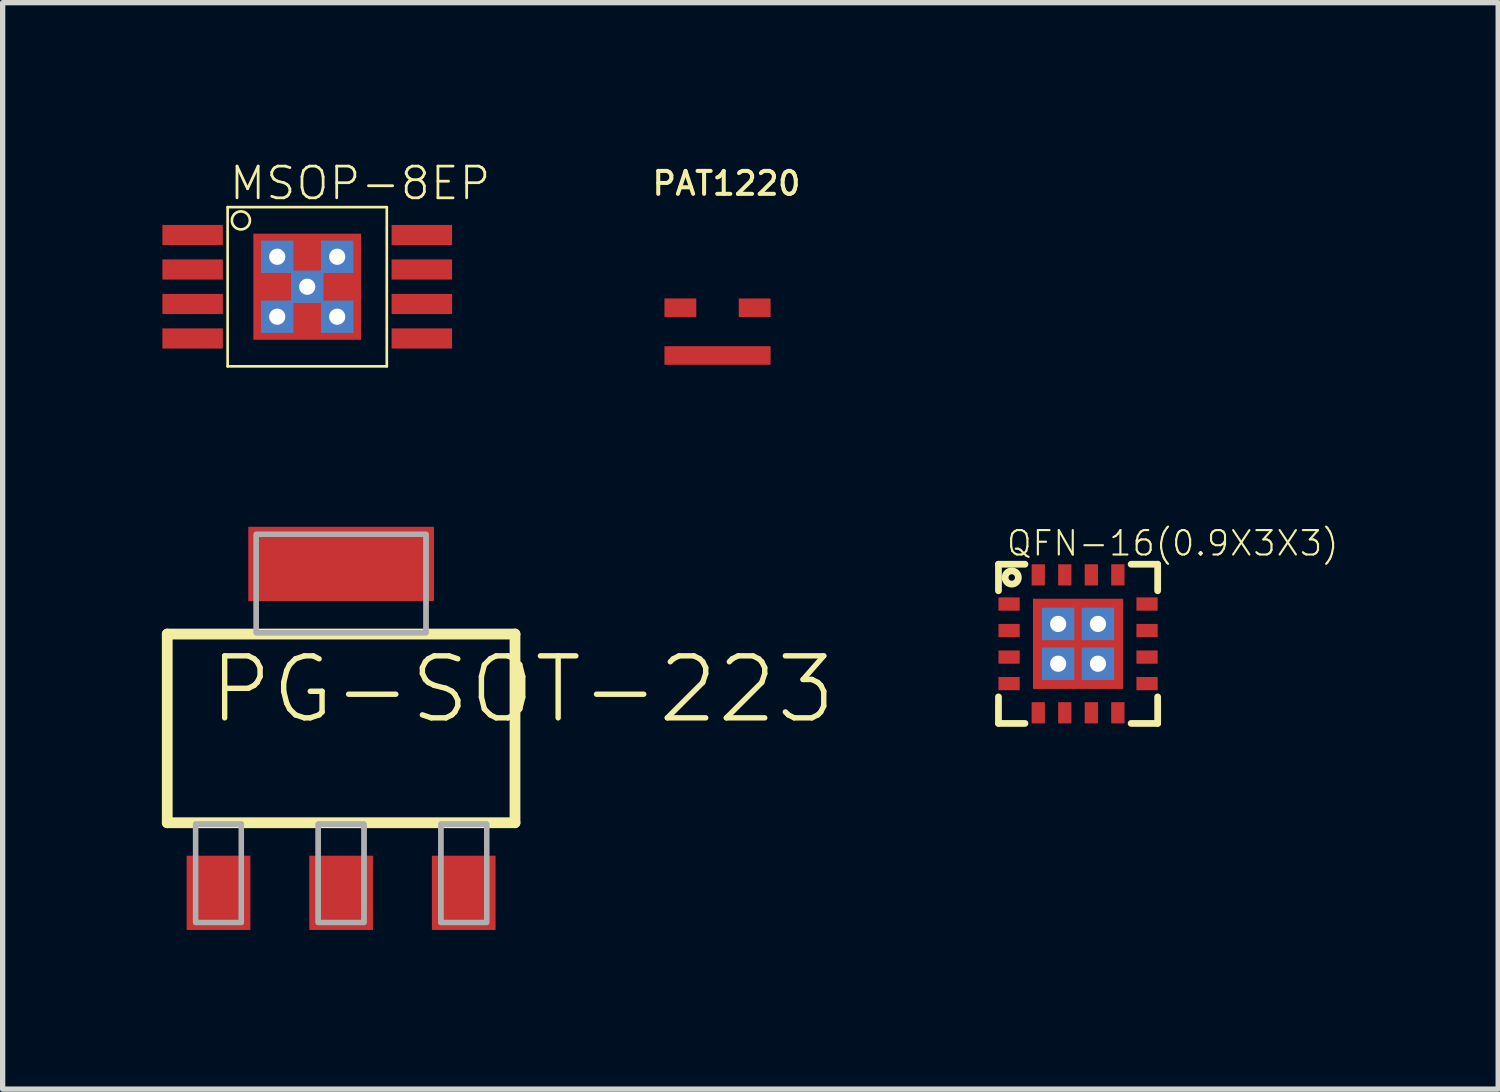
<source format=kicad_pcb>
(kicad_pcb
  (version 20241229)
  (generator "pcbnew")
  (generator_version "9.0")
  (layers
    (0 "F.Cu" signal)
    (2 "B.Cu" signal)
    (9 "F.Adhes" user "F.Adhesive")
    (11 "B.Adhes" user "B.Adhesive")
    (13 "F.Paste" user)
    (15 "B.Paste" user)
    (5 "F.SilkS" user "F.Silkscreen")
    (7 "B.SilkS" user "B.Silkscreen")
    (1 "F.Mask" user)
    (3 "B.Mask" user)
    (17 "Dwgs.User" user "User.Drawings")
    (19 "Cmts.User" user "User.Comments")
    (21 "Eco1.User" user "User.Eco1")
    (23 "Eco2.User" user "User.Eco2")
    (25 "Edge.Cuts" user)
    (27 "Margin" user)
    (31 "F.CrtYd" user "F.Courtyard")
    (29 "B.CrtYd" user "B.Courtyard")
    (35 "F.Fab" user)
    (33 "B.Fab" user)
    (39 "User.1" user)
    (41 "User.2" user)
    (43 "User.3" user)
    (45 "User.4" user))
  (footprint "PAT1220"
    (layer "F.Cu")
    (at 10.473 3.2)
    (property "Reference" "PAT1220" (at -1.27 -2.54 0) (layer "F.SilkS") (effects (font (size 0.432 0.432) (thickness 0.076)) (justify left bottom)))
    (pad "1" smd rect (at -0.7 -0.45) (size 0.6 0.35) (layers "F.Cu" "F.Mask" "F.Paste"))
    (pad "2" smd rect (at 0.7 -0.45) (size 0.6 0.35) (layers "F.Cu" "F.Mask" "F.Paste"))
    (pad "3" smd rect (at 0 0.45) (size 2 0.35) (layers "F.Cu" "F.Mask" "F.Paste")))
  (footprint "MSOP-8EP"
    (layer "F.Cu")
    (at 2.74 2.354)
    (property "Reference" "MSOP-8EP" (at -1.5 -1.6 0) (layer "F.SilkS") (effects (font (size 0.598 0.598) (thickness 0.052)) (justify left bottom)))
    (fp_poly (pts (xy -2.74 1.27) (xy -1.49 1.27) (xy -1.49 -1.27) (xy -2.74 -1.27)) (stroke (width 0) (type solid)) (fill yes) (layer "F.Mask"))
    (fp_poly (pts (xy 1.49 1.27) (xy 2.74 1.27) (xy 2.74 -1.27) (xy 1.49 -1.27)) (stroke (width 0) (type solid)) (fill yes) (layer "F.Mask"))
    (fp_poly (pts (xy -1.03 0.18) (xy -0.34 0.18) (xy -0.34 -0.16) (xy -1.03 -0.16)) (stroke (width 0) (type solid)) (fill yes) (layer "B.Mask"))
    (fp_poly (pts (xy -0.13 -0.39) (xy 0.11 -0.39) (xy 0.11 -1.05) (xy -0.13 -1.05)) (stroke (width 0) (type solid)) (fill yes) (layer "B.Mask"))
    (fp_poly (pts (xy -0.1 1.05) (xy 0.13 1.05) (xy 0.13 0.41) (xy -0.1 0.41)) (stroke (width 0) (type solid)) (fill yes) (layer "B.Mask"))
    (fp_poly (pts (xy 0.33 0.17) (xy 1.03 0.17) (xy 1.03 -0.16) (xy 0.33 -0.16)) (stroke (width 0) (type solid)) (fill yes) (layer "B.Mask"))
    (fp_poly (pts (xy -0.545 -0.753) (xy -0.695 -0.691) (xy -0.731 -0.637) (xy -0.749 -0.545) (xy -1.055 -0.545) (xy -1.055 -1.055) (xy -0.545 -1.055)) (stroke (width 0) (type solid)) (fill yes) (layer "B.Mask"))
    (fp_poly (pts (xy -0.535 0.377) (xy -0.692 0.442) (xy -0.73 0.499) (xy -0.749 0.595) (xy -1.025 0.595) (xy -1.025 0.155) (xy -0.535 0.155)) (stroke (width 0) (type solid)) (fill yes) (layer "B.Mask"))
    (fp_poly (pts (xy -0.105 -0.155) (xy -0.595 -0.155) (xy -0.595 -0.377) (xy -0.438 -0.442) (xy -0.4 -0.499) (xy -0.381 -0.595) (xy -0.105 -0.595)) (stroke (width 0) (type solid)) (fill yes) (layer "B.Mask"))
    (fp_poly (pts (xy -0.075 1.055) (xy -0.585 1.055) (xy -0.585 0.753) (xy -0.435 0.691) (xy -0.399 0.637) (xy -0.381 0.545) (xy -0.075 0.545)) (stroke (width 0) (type solid)) (fill yes) (layer "B.Mask"))
    (fp_poly (pts (xy 0.025 -0.188) (xy -0.125 -0.126) (xy -0.161 -0.072) (xy -0.18 0.022) (xy -0.201 0.02) (xy -0.52 0.02) (xy 0.025 -0.525)) (stroke (width 0) (type solid)) (fill yes) (layer "B.Mask"))
    (fp_poly (pts (xy 0.465 0.41) (xy -0.025 0.41) (xy -0.025 0.188) (xy 0.132 0.123) (xy 0.17 0.066) (xy 0.189 -0.03) (xy 0.465 -0.03)) (stroke (width 0) (type solid)) (fill yes) (layer "B.Mask"))
    (fp_poly (pts (xy 0.499 0.02) (xy 0.193 0.02) (xy 0.131 -0.13) (xy 0.077 -0.166) (xy 0.008 -0.18) (xy -0.025 -0.18) (xy -0.025 -0.527)) (stroke (width 0) (type solid)) (fill yes) (layer "B.Mask"))
    (fp_poly (pts (xy 0.585 -0.753) (xy 0.435 -0.691) (xy 0.399 -0.637) (xy 0.381 -0.545) (xy 0.075 -0.545) (xy 0.075 -1.055) (xy 0.585 -1.055)) (stroke (width 0) (type solid)) (fill yes) (layer "B.Mask"))
    (fp_poly (pts (xy 0.595 0.377) (xy 0.438 0.442) (xy 0.4 0.499) (xy 0.381 0.595) (xy 0.105 0.595) (xy 0.105 0.155) (xy 0.595 0.155)) (stroke (width 0) (type solid)) (fill yes) (layer "B.Mask"))
    (fp_poly (pts (xy 1.025 -0.155) (xy 0.535 -0.155) (xy 0.535 -0.377) (xy 0.692 -0.442) (xy 0.73 -0.499) (xy 0.749 -0.595) (xy 1.025 -0.595)) (stroke (width 0) (type solid)) (fill yes) (layer "B.Mask"))
    (fp_poly (pts (xy 1.055 1.055) (xy 0.545 1.055) (xy 0.545 0.753) (xy 0.695 0.691) (xy 0.731 0.637) (xy 0.749 0.545) (xy 1.055 0.545)) (stroke (width 0) (type solid)) (fill yes) (layer "B.Mask"))
    (fp_poly (pts (xy -0.745 -0.562) (xy -0.731 -0.493) (xy -0.695 -0.439) (xy -0.545 -0.377) (xy -0.545 -0.155) (xy -1.055 -0.155) (xy -1.055 -0.595) (xy -0.745 -0.595)) (stroke (width 0) (type solid)) (fill yes) (layer "B.Mask"))
    (fp_poly (pts (xy -0.691 0.695) (xy -0.637 0.731) (xy -0.568 0.745) (xy -0.535 0.745) (xy -0.535 1.055) (xy -1.025 1.055) (xy -1.025 0.545) (xy -0.753 0.545)) (stroke (width 0) (type solid)) (fill yes) (layer "B.Mask"))
    (fp_poly (pts (xy -0.105 -0.545) (xy -0.377 -0.545) (xy -0.439 -0.695) (xy -0.493 -0.731) (xy -0.562 -0.745) (xy -0.595 -0.745) (xy -0.595 -1.055) (xy -0.105 -1.055)) (stroke (width 0) (type solid)) (fill yes) (layer "B.Mask"))
    (fp_poly (pts (xy -0.075 0.595) (xy -0.385 0.595) (xy -0.385 0.562) (xy -0.399 0.493) (xy -0.435 0.439) (xy -0.585 0.377) (xy -0.585 0.155) (xy -0.075 0.155)) (stroke (width 0) (type solid)) (fill yes) (layer "B.Mask"))
    (fp_poly (pts (xy 0.385 -0.562) (xy 0.399 -0.493) (xy 0.435 -0.439) (xy 0.585 -0.377) (xy 0.585 -0.155) (xy 0.075 -0.155) (xy 0.075 -0.595) (xy 0.385 -0.595)) (stroke (width 0) (type solid)) (fill yes) (layer "B.Mask"))
    (fp_poly (pts (xy 0.439 0.695) (xy 0.493 0.731) (xy 0.562 0.745) (xy 0.595 0.745) (xy 0.595 1.055) (xy 0.105 1.055) (xy 0.105 0.545) (xy 0.377 0.545)) (stroke (width 0) (type solid)) (fill yes) (layer "B.Mask"))
    (fp_poly (pts (xy 1.025 -0.545) (xy 0.753 -0.545) (xy 0.691 -0.695) (xy 0.637 -0.731) (xy 0.568 -0.745) (xy 0.535 -0.745) (xy 0.535 -1.055) (xy 1.025 -1.055)) (stroke (width 0) (type solid)) (fill yes) (layer "B.Mask"))
    (fp_poly (pts (xy 1.055 0.595) (xy 0.745 0.595) (xy 0.745 0.562) (xy 0.731 0.493) (xy 0.695 0.439) (xy 0.545 0.377) (xy 0.545 0.155) (xy 1.055 0.155)) (stroke (width 0) (type solid)) (fill yes) (layer "B.Mask"))
    (fp_poly (pts (xy -0.175 -0.02) (xy -0.179 -0.02) (xy -0.161 0.072) (xy -0.125 0.126) (xy 0.025 0.188) (xy 0.025 0.41) (xy -0.485 0.41) (xy -0.485 -0.03) (xy -0.175 -0.03)) (stroke (width 0) (type solid)) (fill yes) (layer "B.Mask"))
    (fp_line (start -1.5 -1.5) (end -1.5 1.5) (stroke (width 0.05) (type solid)) (layer "F.SilkS"))
    (fp_line (start -1.5 1.5) (end 1.5 1.5) (stroke (width 0.05) (type solid)) (layer "F.SilkS"))
    (fp_line (start 1.5 -1.5) (end -1.5 -1.5) (stroke (width 0.05) (type solid)) (layer "F.SilkS"))
    (fp_line (start 1.5 1.5) (end 1.5 -1.5) (stroke (width 0.05) (type solid)) (layer "F.SilkS"))
    (fp_circle (center -1.25 -1.25) (end -1.08 -1.25) (stroke (width 0.05) (type solid)) (fill no) (layer "F.SilkS"))
    (pad "1" smd rect (at -2.16 -0.975) (size 1.14 0.38) (layers "F.Cu" "F.Paste"))
    (pad "2" smd rect (at -2.16 -0.325) (size 1.14 0.38) (layers "F.Cu" "F.Paste"))
    (pad "3" smd rect (at -2.16 0.325) (size 1.14 0.38) (layers "F.Cu" "F.Paste"))
    (pad "4" smd rect (at -2.16 0.975) (size 1.14 0.38) (layers "F.Cu" "F.Paste"))
    (pad "5" smd rect (at 2.16 0.975) (size 1.14 0.38) (layers "F.Cu" "F.Paste"))
    (pad "6" smd rect (at 2.16 0.325) (size 1.14 0.38) (layers "F.Cu" "F.Paste"))
    (pad "7" smd rect (at 2.16 -0.325) (size 1.14 0.38) (layers "F.Cu" "F.Paste"))
    (pad "8" smd rect (at 2.16 -0.975) (size 1.14 0.38) (layers "F.Cu" "F.Paste"))
    (pad "EP1" smd rect (at 0 0) (size 2.03 2) (layers "F.Cu" "F.Mask" "F.Paste"))
    (pad "EP2" thru_hole rect (at 0 0) (size 0.61 0.61) (drill 0.305) (layers "*.Cu"))
    (pad "EP3" thru_hole rect (at -0.565 -0.565) (size 0.61 0.61) (drill 0.305) (layers "*.Cu"))
    (pad "EP4" thru_hole rect (at 0.565 -0.565) (size 0.61 0.61) (drill 0.305) (layers "*.Cu"))
    (pad "EP5" thru_hole rect (at -0.565 0.565) (size 0.61 0.61) (drill 0.305) (layers "*.Cu"))
    (pad "EP6" thru_hole rect (at 0.565 0.565) (size 0.61 0.61) (drill 0.305) (layers "*.Cu")))
  (footprint "PG-SOT-223"
    (layer "F.Cu")
    (at 3.379 10.678)
    (property "Reference" "PG-SOT-223" (at -2.54 -0.051 0) (layer "F.SilkS") (effects (font (size 1.168 1.168) (thickness 0.102)) (justify left bottom)))
    (fp_line (start -3.277 -1.778) (end 3.277 -1.778) (stroke (width 0.203) (type solid)) (layer "F.SilkS"))
    (fp_line (start -3.277 1.778) (end -3.277 -1.778) (stroke (width 0.203) (type solid)) (layer "F.SilkS"))
    (fp_line (start 3.277 -1.778) (end 3.277 1.778) (stroke (width 0.203) (type solid)) (layer "F.SilkS"))
    (fp_line (start 3.277 1.778) (end -3.277 1.778) (stroke (width 0.203) (type solid)) (layer "F.SilkS"))
    (fp_poly (pts (xy -2.743 3.658) (xy -1.88 3.658) (xy -1.88 1.803) (xy -2.743 1.803)) (stroke (width 0.1) (type solid)) (fill no) (layer "F.Fab"))
    (fp_poly (pts (xy -2.743 3.658) (xy -1.88 3.658) (xy -1.88 1.803) (xy -2.743 1.803)) (stroke (width 0.1) (type solid)) (fill no) (layer "F.Fab"))
    (fp_poly (pts (xy -1.6 -1.803) (xy 1.6 -1.803) (xy 1.6 -3.658) (xy -1.6 -3.658)) (stroke (width 0.1) (type solid)) (fill no) (layer "F.Fab"))
    (fp_poly (pts (xy -1.6 -1.803) (xy 1.6 -1.803) (xy 1.6 -3.658) (xy -1.6 -3.658)) (stroke (width 0.1) (type solid)) (fill no) (layer "F.Fab"))
    (fp_poly (pts (xy -0.432 3.658) (xy 0.432 3.658) (xy 0.432 1.803) (xy -0.432 1.803)) (stroke (width 0.1) (type solid)) (fill no) (layer "F.Fab"))
    (fp_poly (pts (xy -0.432 3.658) (xy 0.432 3.658) (xy 0.432 1.803) (xy -0.432 1.803)) (stroke (width 0.1) (type solid)) (fill no) (layer "F.Fab"))
    (fp_poly (pts (xy 1.88 3.658) (xy 2.743 3.658) (xy 2.743 1.803) (xy 1.88 1.803)) (stroke (width 0.1) (type solid)) (fill no) (layer "F.Fab"))
    (fp_poly (pts (xy 1.88 3.658) (xy 2.743 3.658) (xy 2.743 1.803) (xy 1.88 1.803)) (stroke (width 0.1) (type solid)) (fill no) (layer "F.Fab"))
    (pad "1" smd rect (at -2.311 3.099) (size 1.2 1.4) (layers "F.Cu" "F.Mask" "F.Paste"))
    (pad "2" smd rect (at 0 3.099) (size 1.2 1.4) (layers "F.Cu" "F.Mask" "F.Paste"))
    (pad "3" smd rect (at 2.311 3.099) (size 1.2 1.4) (layers "F.Cu" "F.Mask" "F.Paste"))
    (pad "4" smd rect (at 0 -3.099) (size 3.5 1.4) (layers "F.Cu" "F.Mask" "F.Paste")))
  (footprint "QFN-16(0.9X3X3)"
    (layer "F.Cu")
    (at 17.268 9.084)
    (property "Reference" "QFN-16(0.9X3X3)" (at -1.375 -1.625 0) (layer "F.SilkS") (effects (font (size 0.46 0.46) (thickness 0.04)) (justify left bottom)))
    (fp_line (start -1.5 -1.5) (end -1 -1.5) (stroke (width 0.127) (type solid)) (layer "F.SilkS"))
    (fp_line (start -1.5 -1) (end -1.5 -1.5) (stroke (width 0.127) (type solid)) (layer "F.SilkS"))
    (fp_line (start -1.5 1.5) (end -1.5 1) (stroke (width 0.127) (type solid)) (layer "F.SilkS"))
    (fp_line (start -1 1.5) (end -1.5 1.5) (stroke (width 0.127) (type solid)) (layer "F.SilkS"))
    (fp_line (start 1 -1.5) (end 1.5 -1.5) (stroke (width 0.127) (type solid)) (layer "F.SilkS"))
    (fp_line (start 1.5 -1.5) (end 1.5 -1) (stroke (width 0.127) (type solid)) (layer "F.SilkS"))
    (fp_line (start 1.5 1) (end 1.5 1.5) (stroke (width 0.127) (type solid)) (layer "F.SilkS"))
    (fp_line (start 1.5 1.5) (end 1 1.5) (stroke (width 0.127) (type solid)) (layer "F.SilkS"))
    (fp_circle (center -1.25 -1.25) (end -1.125 -1.25) (stroke (width 0.127) (type solid)) (fill no) (layer "F.SilkS"))
    (fp_poly (pts (xy -0.825 -0.5) (xy -0.5 -0.5) (xy -0.5 -0.825) (xy -0.825 -0.825)) (stroke (width 0) (type solid)) (fill yes) (layer "F.Paste"))
    (fp_poly (pts (xy -0.825 0.2) (xy -0.425 0.2) (xy -0.425 -0.2) (xy -0.825 -0.2)) (stroke (width 0) (type solid)) (fill yes) (layer "F.Paste"))
    (fp_poly (pts (xy -0.825 0.825) (xy -0.5 0.825) (xy -0.5 0.5) (xy -0.825 0.5)) (stroke (width 0) (type solid)) (fill yes) (layer "F.Paste"))
    (fp_poly (pts (xy -0.2 -0.425) (xy 0.2 -0.425) (xy 0.2 -0.825) (xy -0.2 -0.825)) (stroke (width 0) (type solid)) (fill yes) (layer "F.Paste"))
    (fp_poly (pts (xy -0.2 0.2) (xy 0.2 0.2) (xy 0.2 -0.2) (xy -0.2 -0.2)) (stroke (width 0) (type solid)) (fill yes) (layer "F.Paste"))
    (fp_poly (pts (xy -0.2 0.825) (xy 0.2 0.825) (xy 0.2 0.425) (xy -0.2 0.425)) (stroke (width 0) (type solid)) (fill yes) (layer "F.Paste"))
    (fp_poly (pts (xy 0.425 0.2) (xy 0.825 0.2) (xy 0.825 -0.2) (xy 0.425 -0.2)) (stroke (width 0) (type solid)) (fill yes) (layer "F.Paste"))
    (fp_poly (pts (xy 0.5 -0.5) (xy 0.825 -0.5) (xy 0.825 -0.825) (xy 0.5 -0.825)) (stroke (width 0) (type solid)) (fill yes) (layer "F.Paste"))
    (fp_poly (pts (xy 0.5 0.825) (xy 0.825 0.825) (xy 0.825 0.5) (xy 0.5 0.5)) (stroke (width 0) (type solid)) (fill yes) (layer "F.Paste"))
    (pad "1" smd rect (at -1.3 -0.75 270) (size 0.25 0.4) (layers "F.Cu" "F.Mask" "F.Paste"))
    (pad "2" smd rect (at -1.3 -0.25 270) (size 0.25 0.4) (layers "F.Cu" "F.Mask" "F.Paste"))
    (pad "3" smd rect (at -1.3 0.25 270) (size 0.25 0.4) (layers "F.Cu" "F.Mask" "F.Paste"))
    (pad "4" smd rect (at -1.3 0.75 270) (size 0.25 0.4) (layers "F.Cu" "F.Mask" "F.Paste"))
    (pad "5" smd rect (at -0.75 1.3 270) (size 0.4 0.25) (layers "F.Cu" "F.Mask" "F.Paste"))
    (pad "6" smd rect (at -0.25 1.3 270) (size 0.4 0.25) (layers "F.Cu" "F.Mask" "F.Paste"))
    (pad "7" smd rect (at 0.25 1.3 270) (size 0.4 0.25) (layers "F.Cu" "F.Mask" "F.Paste"))
    (pad "8" smd rect (at 0.75 1.3 270) (size 0.4 0.25) (layers "F.Cu" "F.Mask" "F.Paste"))
    (pad "9" smd rect (at 1.3 0.75 270) (size 0.25 0.4) (layers "F.Cu" "F.Mask" "F.Paste"))
    (pad "10" smd rect (at 1.3 0.25 270) (size 0.25 0.4) (layers "F.Cu" "F.Mask" "F.Paste"))
    (pad "11" smd rect (at 1.3 -0.25 270) (size 0.25 0.4) (layers "F.Cu" "F.Mask" "F.Paste"))
    (pad "12" smd rect (at 1.3 -0.75 270) (size 0.25 0.4) (layers "F.Cu" "F.Mask" "F.Paste"))
    (pad "13" smd rect (at 0.75 -1.3 270) (size 0.4 0.25) (layers "F.Cu" "F.Mask" "F.Paste"))
    (pad "14" smd rect (at 0.25 -1.3 270) (size 0.4 0.25) (layers "F.Cu" "F.Mask" "F.Paste"))
    (pad "15" smd rect (at -0.25 -1.3 270) (size 0.4 0.25) (layers "F.Cu" "F.Mask" "F.Paste"))
    (pad "16" smd rect (at -0.75 -1.3 270) (size 0.4 0.25) (layers "F.Cu" "F.Mask" "F.Paste"))
    (pad "17" smd rect (at 0 0) (size 1.7 1.7) (layers "F.Cu" "F.Mask"))
    (pad "18" thru_hole rect (at -0.375 -0.375) (size 0.61 0.61) (drill 0.305) (layers "*.Cu"))
    (pad "19" thru_hole rect (at 0.375 -0.375) (size 0.61 0.61) (drill 0.305) (layers "*.Cu"))
    (pad "20" thru_hole rect (at 0.375 0.375) (size 0.61 0.61) (drill 0.305) (layers "*.Cu"))
    (pad "21" thru_hole rect (at -0.375 0.375) (size 0.61 0.61) (drill 0.305) (layers "*.Cu")))
  (gr_rect
    (start -3 -3)
    (end 25.186 17.477)
    (stroke (width 0.1) (type default))
    (fill no)
    (layer "Edge.Cuts")))
</source>
